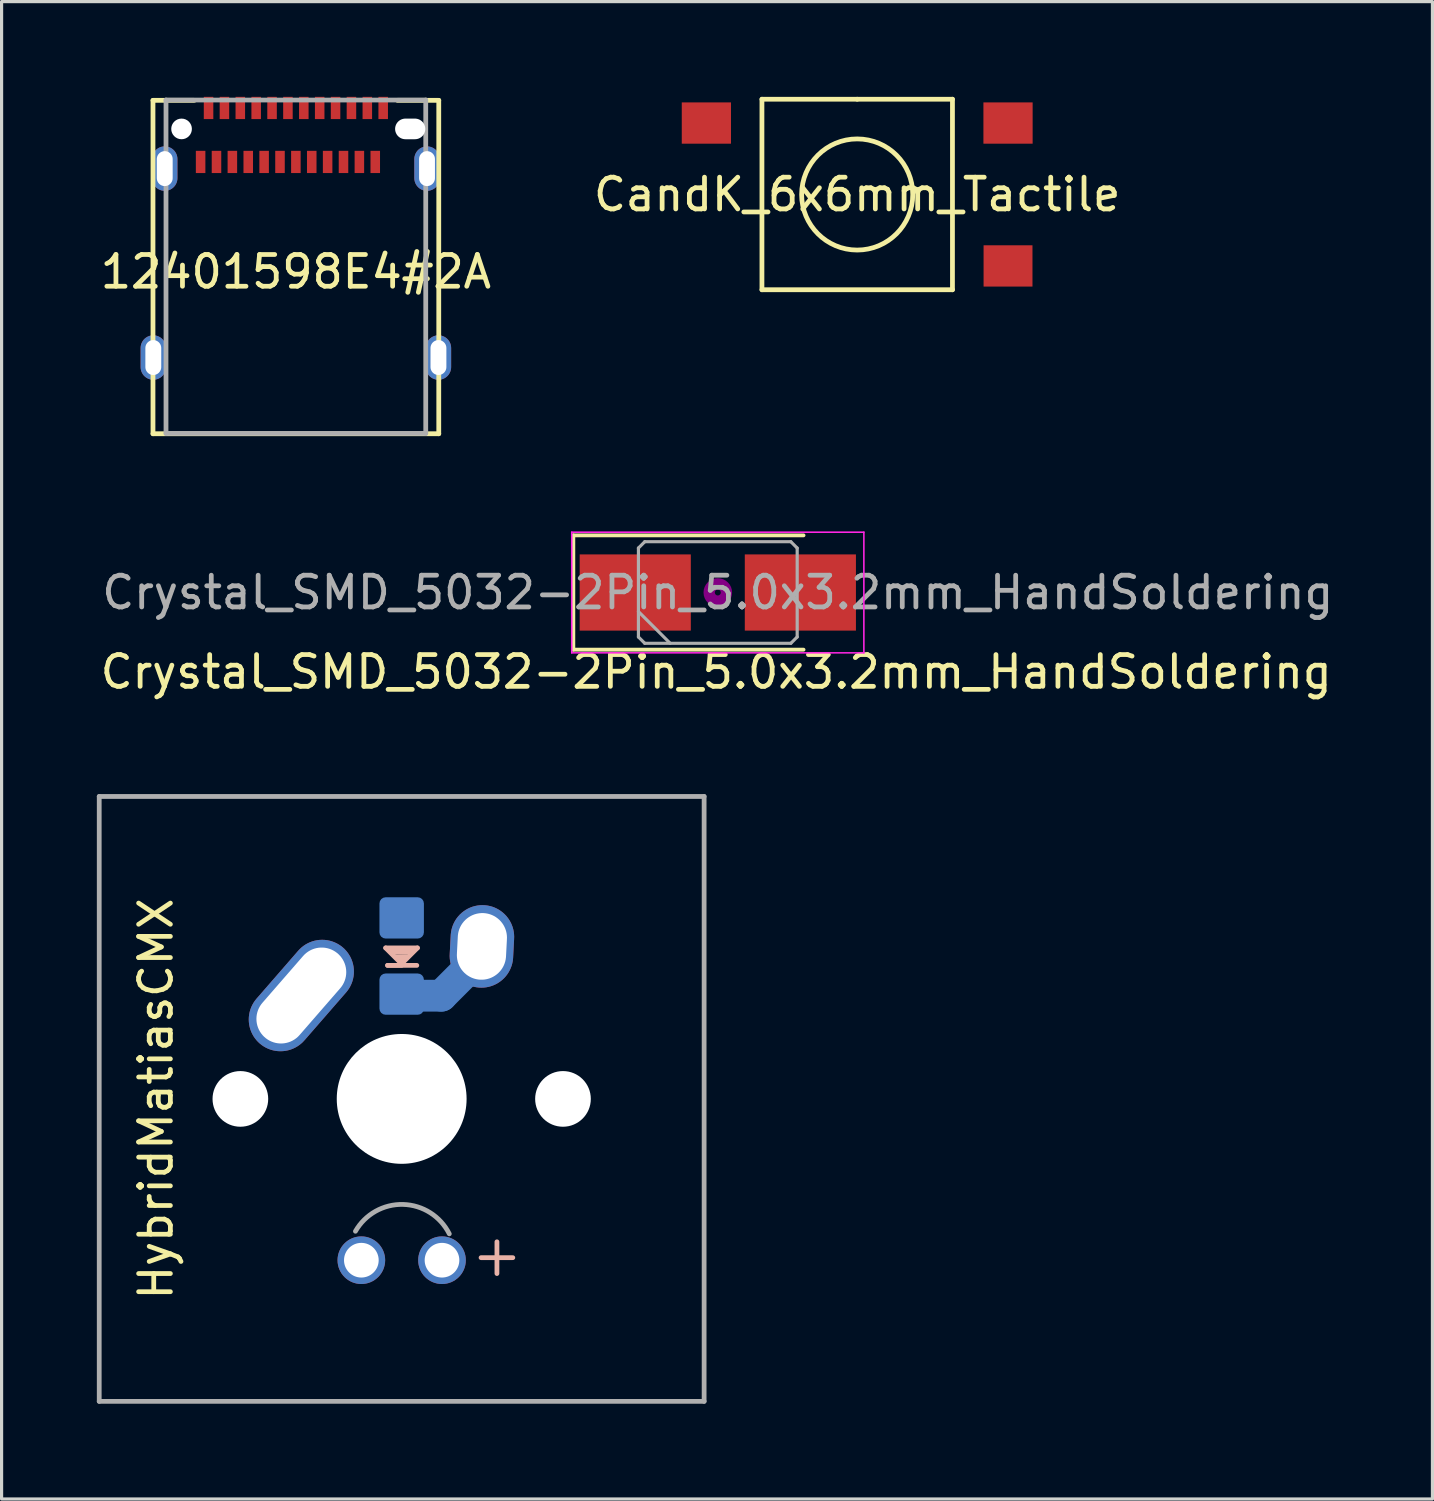
<source format=kicad_pcb>
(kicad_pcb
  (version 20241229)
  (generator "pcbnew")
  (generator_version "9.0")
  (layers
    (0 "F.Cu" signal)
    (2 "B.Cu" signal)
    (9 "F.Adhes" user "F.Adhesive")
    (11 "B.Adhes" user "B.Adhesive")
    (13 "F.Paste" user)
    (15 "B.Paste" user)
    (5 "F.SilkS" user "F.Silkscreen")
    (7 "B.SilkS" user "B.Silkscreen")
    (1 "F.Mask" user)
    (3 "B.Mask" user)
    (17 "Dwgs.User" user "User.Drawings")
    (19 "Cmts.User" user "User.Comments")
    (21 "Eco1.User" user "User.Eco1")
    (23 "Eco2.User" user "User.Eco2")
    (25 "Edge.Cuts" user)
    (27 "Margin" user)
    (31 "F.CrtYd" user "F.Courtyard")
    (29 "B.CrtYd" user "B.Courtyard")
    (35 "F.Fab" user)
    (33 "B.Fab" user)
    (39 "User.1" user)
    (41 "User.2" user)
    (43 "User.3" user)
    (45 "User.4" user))
  (footprint "HybridMatiasCMX"
    (layer "F.Cu")
    (at 9.6 31.558)
    (property "Reference" "HybridMatiasCMX" (at -7.739 0 90) (layer "F.SilkS") (effects (font (size 1 1) (thickness 0.15))))
    (attr through_hole)
    (fp_line (start 1.25 -3.25) (end 0.25 -3.25) (stroke (width 1) (type solid)) (layer "B.Cu"))
    (fp_line (start 1.25 -3.25) (end 2.5 -4.5) (stroke (width 1) (type solid)) (layer "B.Cu"))
    (fp_line (start -0.504 -4.755) (end 0.496 -4.755) (stroke (width 0.15) (type solid)) (layer "B.SilkS"))
    (fp_line (start -0.444 -4.205) (end 0.476 -4.205) (stroke (width 0.15) (type solid)) (layer "B.SilkS"))
    (fp_line (start -0.324 -4.615) (end 0.306 -4.615) (stroke (width 0.15) (type solid)) (layer "B.SilkS"))
    (fp_line (start -0.174 -4.465) (end -0.004 -4.345) (stroke (width 0.15) (type solid)) (layer "B.SilkS"))
    (fp_line (start -0.004 -4.255) (end -0.504 -4.755) (stroke (width 0.15) (type solid)) (layer "B.SilkS"))
    (fp_line (start -0.004 -4.205) (end -0.444 -4.205) (stroke (width 0.15) (type solid)) (layer "B.SilkS"))
    (fp_line (start 0.156 -4.475) (end -0.174 -4.465) (stroke (width 0.15) (type solid)) (layer "B.SilkS"))
    (fp_line (start 0.496 -4.755) (end -0.004 -4.255) (stroke (width 0.15) (type solid)) (layer "B.SilkS"))
    (fp_line (start 2.5 5) (end 3.5 5) (stroke (width 0.15) (type solid)) (layer "B.SilkS"))
    (fp_line (start 3 4.5) (end 3 5.5) (stroke (width 0.15) (type solid)) (layer "B.SilkS"))
    (fp_line (start -9.525 -9.525) (end -9.525 9.525) (stroke (width 0.15) (type solid)) (layer "F.Fab"))
    (fp_line (start -9.525 9.525) (end 9.525 9.525) (stroke (width 0.15) (type solid)) (layer "F.Fab"))
    (fp_line (start 9.525 -9.525) (end -9.525 -9.525) (stroke (width 0.15) (type solid)) (layer "F.Fab"))
    (fp_line (start 9.525 9.525) (end 9.525 -9.525) (stroke (width 0.15) (type solid)) (layer "F.Fab"))
    (fp_arc (start -1.456231 4.168202) (mid 0.046386 3.323592) (end 1.499999 4.250001) (stroke (width 0.15) (type solid)) (layer "F.Fab"))
    (pad "" np_thru_hole circle (at -5.08 0) (size 1.753 1.753) (drill 1.753) (layers "*.Cu" "*.Mask"))
    (pad "" np_thru_hole circle (at 0 0) (size 4.089 4.089) (drill 4.089) (layers "*.Cu" "*.Mask"))
    (pad "" np_thru_hole circle (at 5.08 0) (size 1.753 1.753) (drill 1.753) (layers "*.Cu" "*.Mask"))
    (pad "1" thru_hole oval (at -3.16 -3.256 49) (size 4 2) (drill oval 3.5 1.549) (layers "*.Cu" "*.Mask"))
    (pad "2" smd roundrect (at 0 -3.3 270) (size 1.3 1.4) (layers "B.Cu" "B.Mask") (roundrect_rratio 0.15))
    (pad "2" thru_hole oval (at 2.527 -4.803 87) (size 2.6 2) (drill oval 2.1 1.549) (layers "*.Cu" "*.Mask"))
    (pad "3" thru_hole circle (at -1.27 5.08) (size 1.5 1.5) (drill 1.092) (layers "*.Cu" "*.Mask"))
    (pad "4" thru_hole circle (at 1.27 5.08) (size 1.5 1.5) (drill 1.092) (layers "*.Cu" "*.Mask"))
    (pad "5" smd roundrect (at 0 -5.7 270) (size 1.3 1.4) (layers "B.Cu" "B.Mask") (roundrect_rratio 0.15)))
  (footprint "CandK_6x6mm_Tactile"
    (layer "F.Cu")
    (at 23.946 3.075)
    (property "Reference" "CandK_6x6mm_Tactile" (at 0 0 0) (layer "F.SilkS") (effects (font (size 1 1) (thickness 0.15))))
    (attr through_hole)
    (fp_line (start -3 -3) (end -3 3) (stroke (width 0.15) (type solid)) (layer "F.SilkS"))
    (fp_line (start -3 3) (end 3 3) (stroke (width 0.15) (type solid)) (layer "F.SilkS"))
    (fp_line (start 0 -3) (end -3 -3) (stroke (width 0.15) (type solid)) (layer "F.SilkS"))
    (fp_line (start 3 -3) (end 0 -3) (stroke (width 0.15) (type solid)) (layer "F.SilkS"))
    (fp_line (start 3 3) (end 3 -3) (stroke (width 0.15) (type solid)) (layer "F.SilkS"))
    (fp_circle (center 0 0) (end 1.75 0) (stroke (width 0.15) (type solid)) (fill no) (layer "F.SilkS"))
    (pad "1" smd rect (at -4.75 -2.25) (size 1.55 1.3) (layers "F.Cu" "F.Mask" "F.Paste"))
    (pad "2" smd rect (at 4.75 -2.25) (size 1.55 1.3) (layers "F.Cu" "F.Mask" "F.Paste"))
    (pad "4" smd rect (at 4.75 2.25) (size 1.54 1.3) (layers "F.Cu" "F.Mask" "F.Paste")))
  (footprint "Crystal_SMD_5032-2Pin_5.0x3.2mm_HandSoldering"
    (layer "F.Cu")
    (at 19.556 15.61)
    (property "Reference" "Crystal_SMD_5032-2Pin_5.0x3.2mm_HandSoldering" (at -0.05 2.5 0) (layer "F.SilkS") (effects (font (size 1 1) (thickness 0.15))))
    (attr smd)
    (fp_line (start -4.55 -1.8) (end -4.55 1.8) (stroke (width 0.12) (type solid)) (layer "F.SilkS"))
    (fp_line (start -4.55 1.8) (end 2.7 1.8) (stroke (width 0.12) (type solid)) (layer "F.SilkS"))
    (fp_line (start 2.7 -1.8) (end -4.55 -1.8) (stroke (width 0.12) (type solid)) (layer "F.SilkS"))
    (fp_circle (center 0 0) (end 0.093 0) (stroke (width 0.187) (type solid)) (fill no) (layer "F.Adhes"))
    (fp_circle (center 0 0) (end 0.213 0) (stroke (width 0.133) (type solid)) (fill no) (layer "F.Adhes"))
    (fp_circle (center 0 0) (end 0.333 0) (stroke (width 0.133) (type solid)) (fill no) (layer "F.Adhes"))
    (fp_circle (center 0 0) (end 0.4 0) (stroke (width 0.1) (type solid)) (fill no) (layer "F.Adhes"))
    (fp_line (start -4.6 -1.9) (end -4.6 1.9) (stroke (width 0.05) (type solid)) (layer "F.CrtYd"))
    (fp_line (start -4.6 1.9) (end 4.6 1.9) (stroke (width 0.05) (type solid)) (layer "F.CrtYd"))
    (fp_line (start 4.6 -1.9) (end -4.6 -1.9) (stroke (width 0.05) (type solid)) (layer "F.CrtYd"))
    (fp_line (start 4.6 1.9) (end 4.6 -1.9) (stroke (width 0.05) (type solid)) (layer "F.CrtYd"))
    (fp_line (start -2.5 -1.4) (end -2.3 -1.6) (stroke (width 0.1) (type solid)) (layer "F.Fab"))
    (fp_line (start -2.5 0.6) (end -1.5 1.6) (stroke (width 0.1) (type solid)) (layer "F.Fab"))
    (fp_line (start -2.5 1.4) (end -2.5 -1.4) (stroke (width 0.1) (type solid)) (layer "F.Fab"))
    (fp_line (start -2.3 -1.6) (end 2.3 -1.6) (stroke (width 0.1) (type solid)) (layer "F.Fab"))
    (fp_line (start -2.3 1.6) (end -2.5 1.4) (stroke (width 0.1) (type solid)) (layer "F.Fab"))
    (fp_line (start 2.3 -1.6) (end 2.5 -1.4) (stroke (width 0.1) (type solid)) (layer "F.Fab"))
    (fp_line (start 2.3 1.6) (end -2.3 1.6) (stroke (width 0.1) (type solid)) (layer "F.Fab"))
    (fp_line (start 2.5 -1.4) (end 2.5 1.4) (stroke (width 0.1) (type solid)) (layer "F.Fab"))
    (fp_line (start 2.5 1.4) (end 2.3 1.6) (stroke (width 0.1) (type solid)) (layer "F.Fab"))
    (fp_text user "${REFERENCE}" (at 0 0 0) (layer "F.Fab") (effects (font (size 1 1) (thickness 0.15))))
    (pad "1" smd rect (at -2.6 0) (size 3.5 2.4) (layers "F.Cu" "F.Mask" "F.Paste"))
    (pad "2" smd rect (at 2.6 0) (size 3.5 2.4) (layers "F.Cu" "F.Mask" "F.Paste")))
  (footprint "12401598E4#2A"
    (layer "F.Cu")
    (at 6.268 1.01)
    (property "Reference" "12401598E4#2A" (at 0 4.5 0) (layer "F.SilkS") (effects (font (size 1 1) (thickness 0.15))))
    (attr through_hole)
    (fp_line (start -4.5 -0.9) (end -4.5 9.6) (stroke (width 0.15) (type solid)) (layer "F.SilkS"))
    (fp_line (start -4.5 -0.9) (end -3.2 -0.9) (stroke (width 0.15) (type solid)) (layer "F.SilkS"))
    (fp_line (start -4.5 9.6) (end 4.5 9.6) (stroke (width 0.15) (type solid)) (layer "F.SilkS"))
    (fp_line (start 4.5 -0.9) (end 3.2 -0.9) (stroke (width 0.15) (type solid)) (layer "F.SilkS"))
    (fp_line (start 4.5 9.6) (end 4.5 -0.9) (stroke (width 0.15) (type solid)) (layer "F.SilkS"))
    (fp_line (start -4.09 -0.91) (end 4.09 -0.91) (stroke (width 0.15) (type solid)) (layer "F.Fab"))
    (fp_line (start -4.09 9.59) (end -4.09 -0.91) (stroke (width 0.15) (type solid)) (layer "F.Fab"))
    (fp_line (start -4.09 9.59) (end 4.09 9.59) (stroke (width 0.15) (type solid)) (layer "F.Fab"))
    (fp_line (start 4.09 9.59) (end 4.09 -0.91) (stroke (width 0.15) (type solid)) (layer "F.Fab"))
    (pad "" np_thru_hole circle (at -3.6 0) (size 0.65 0.65) (drill 0.65) (layers "*.Cu" "*.Mask"))
    (pad "" np_thru_hole oval (at 3.6 0) (size 0.95 0.65) (drill oval 0.95 0.65) (layers "*.Cu" "*.Mask"))
    (pad "A1" smd rect (at -2.75 -0.66) (size 0.3 0.7) (layers "F.Cu" "F.Mask" "F.Paste"))
    (pad "A2" smd rect (at -2.25 -0.66) (size 0.3 0.7) (layers "F.Cu" "F.Mask" "F.Paste"))
    (pad "A3" smd rect (at -1.75 -0.66) (size 0.3 0.7) (layers "F.Cu" "F.Mask" "F.Paste"))
    (pad "A4" smd rect (at -1.25 -0.66) (size 0.3 0.7) (layers "F.Cu" "F.Mask" "F.Paste"))
    (pad "A5" smd rect (at -0.75 -0.66) (size 0.3 0.7) (layers "F.Cu" "F.Mask" "F.Paste"))
    (pad "A6" smd rect (at -0.25 -0.66) (size 0.3 0.7) (layers "F.Cu" "F.Mask" "F.Paste"))
    (pad "A7" smd rect (at 0.25 -0.66) (size 0.3 0.7) (layers "F.Cu" "F.Mask" "F.Paste"))
    (pad "A8" smd rect (at 0.75 -0.66) (size 0.3 0.7) (layers "F.Cu" "F.Mask" "F.Paste"))
    (pad "A9" smd rect (at 1.25 -0.66) (size 0.3 0.7) (layers "F.Cu" "F.Mask" "F.Paste"))
    (pad "A10" smd rect (at 1.75 -0.66) (size 0.3 0.7) (layers "F.Cu" "F.Mask" "F.Paste"))
    (pad "A11" smd rect (at 2.25 -0.66) (size 0.3 0.7) (layers "F.Cu" "F.Mask" "F.Paste"))
    (pad "A12" smd rect (at 2.75 -0.66) (size 0.3 0.7) (layers "F.Cu" "F.Mask" "F.Paste"))
    (pad "B1" smd rect (at 2.5 1.04) (size 0.3 0.7) (layers "F.Cu" "F.Mask" "F.Paste"))
    (pad "B2" smd rect (at 2 1.04) (size 0.3 0.7) (layers "F.Cu" "F.Mask" "F.Paste"))
    (pad "B3" smd rect (at 1.5 1.04) (size 0.3 0.7) (layers "F.Cu" "F.Mask" "F.Paste"))
    (pad "B4" smd rect (at 1 1.04) (size 0.3 0.7) (layers "F.Cu" "F.Mask" "F.Paste"))
    (pad "B5" smd rect (at 0.5 1.04) (size 0.3 0.7) (layers "F.Cu" "F.Mask" "F.Paste"))
    (pad "B6" smd rect (at 0 1.04) (size 0.3 0.7) (layers "F.Cu" "F.Mask" "F.Paste"))
    (pad "B7" smd rect (at -0.5 1.04) (size 0.3 0.7) (layers "F.Cu" "F.Mask" "F.Paste"))
    (pad "B8" smd rect (at -1 1.04) (size 0.3 0.7) (layers "F.Cu" "F.Mask" "F.Paste"))
    (pad "B9" smd rect (at -1.5 1.04) (size 0.3 0.7) (layers "F.Cu" "F.Mask" "F.Paste"))
    (pad "B10" smd rect (at -2 1.04) (size 0.3 0.7) (layers "F.Cu" "F.Mask" "F.Paste"))
    (pad "B11" smd rect (at -2.5 1.04) (size 0.3 0.7) (layers "F.Cu" "F.Mask" "F.Paste"))
    (pad "B12" smd rect (at -3 1.04) (size 0.3 0.7) (layers "F.Cu" "F.Mask" "F.Paste"))
    (pad "S1" thru_hole oval (at -4.13 1.25) (size 0.8 1.4) (drill oval 0.5 1.1) (layers "*.Cu" "B.Mask"))
    (pad "S2" thru_hole oval (at 4.13 1.25) (size 0.8 1.4) (drill oval 0.5 1.1) (layers "*.Cu" "B.Mask"))
    (pad "S3" thru_hole oval (at -4.49 7.2) (size 0.8 1.4) (drill oval 0.5 1.1) (layers "*.Cu" "B.Mask"))
    (pad "S4" thru_hole oval (at 4.49 7.2) (size 0.8 1.4) (drill oval 0.5 1.1) (layers "*.Cu" "B.Mask")))
  (gr_rect
    (start -3 -3)
    (end 42.062 44.158)
    (stroke (width 0.1) (type default))
    (fill no)
    (layer "Edge.Cuts")))
</source>
